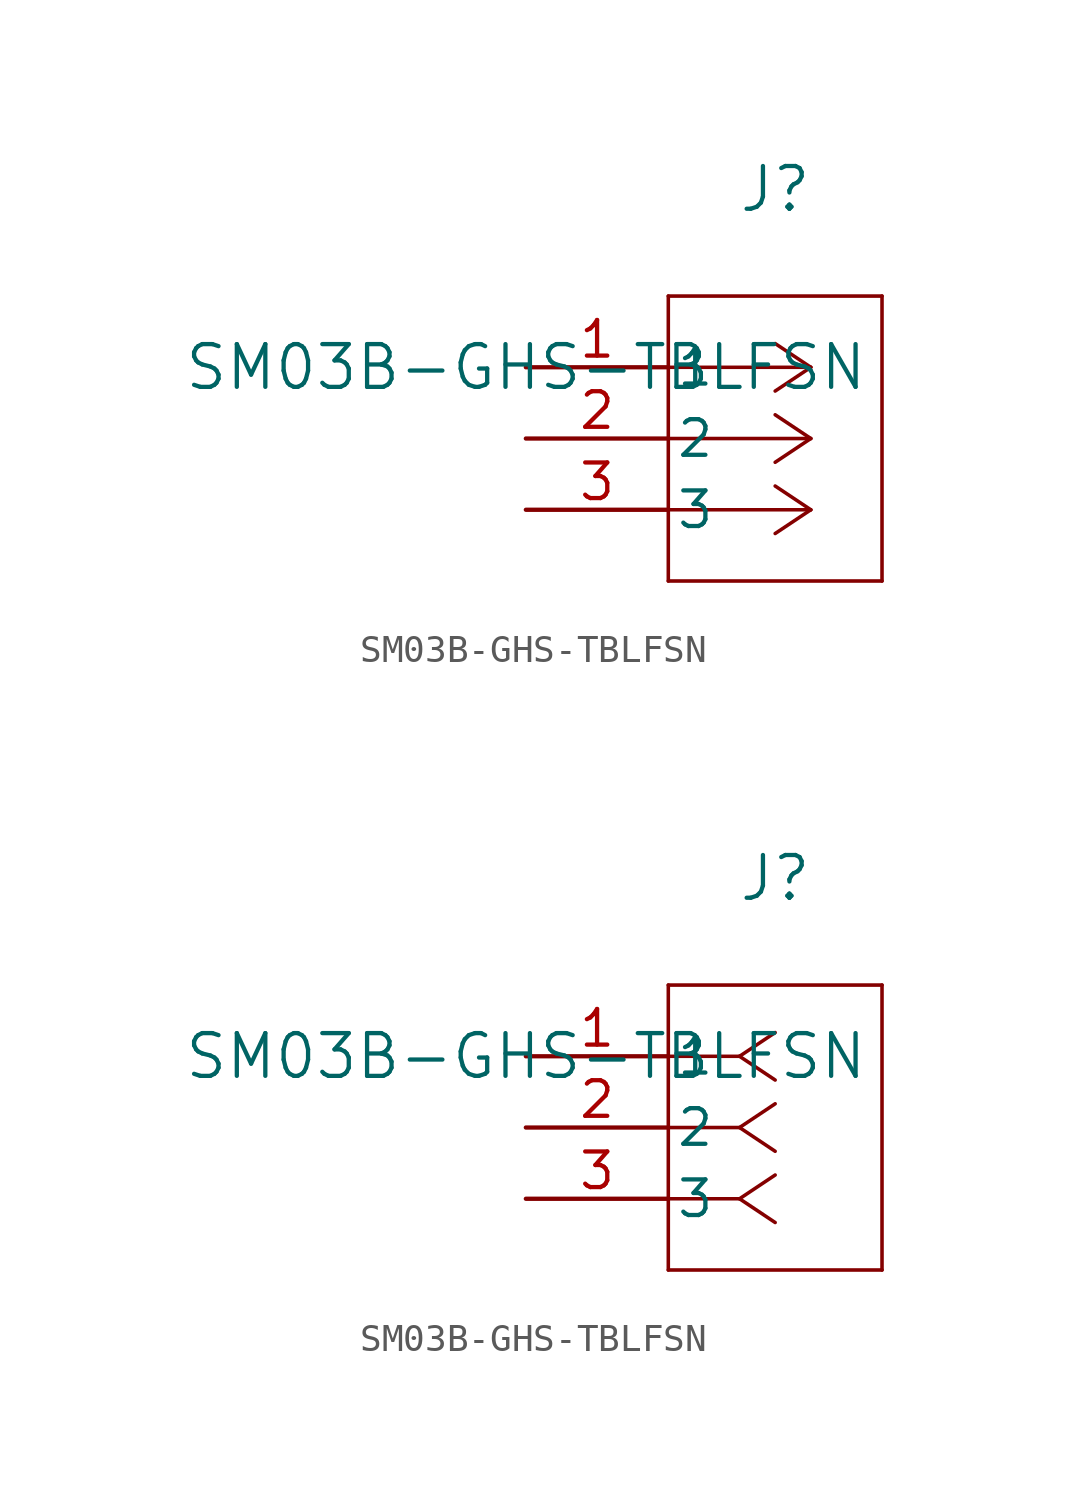
<source format=kicad_sym>
(kicad_symbol_lib
  (version 20211014)
  (generator kicad_symbol_editor)
  (symbol "SM03B-GHS-TBLFSN"
    (pin_names
      (offset 0.254))
    (property "Reference" "J"
      (at 8.89 6.35 0)
      (effects (font (size 1.524 1.524))))
    (property "Value" "SM03B-GHS-TBLFSN"
      (at 0 0 0)
      (effects (font (size 1.524 1.524))))
    (symbol "SM03B-GHS-TBLFSN_1_1"
      (polyline (pts (xy 10.16 0) (xy 5.08 0)) (stroke (width 0.127) (type default) (color 0 0 0 0)) (fill (type none)))
      (polyline (pts (xy 10.16 -2.54) (xy 5.08 -2.54)) (stroke (width 0.127) (type default) (color 0 0 0 0)) (fill (type none)))
      (polyline (pts (xy 10.16 -5.08) (xy 5.08 -5.08)) (stroke (width 0.127) (type default) (color 0 0 0 0)) (fill (type none)))
      (polyline (pts (xy 10.16 0) (xy 8.89 0.847)) (stroke (width 0.127) (type default) (color 0 0 0 0)) (fill (type none)))
      (polyline (pts (xy 10.16 -2.54) (xy 8.89 -1.693)) (stroke (width 0.127) (type default) (color 0 0 0 0)) (fill (type none)))
      (polyline (pts (xy 10.16 -5.08) (xy 8.89 -4.233)) (stroke (width 0.127) (type default) (color 0 0 0 0)) (fill (type none)))
      (polyline (pts (xy 10.16 0) (xy 8.89 -0.847)) (stroke (width 0.127) (type default) (color 0 0 0 0)) (fill (type none)))
      (polyline (pts (xy 10.16 -2.54) (xy 8.89 -3.387)) (stroke (width 0.127) (type default) (color 0 0 0 0)) (fill (type none)))
      (polyline (pts (xy 10.16 -5.08) (xy 8.89 -5.927)) (stroke (width 0.127) (type default) (color 0 0 0 0)) (fill (type none)))
      (polyline (pts (xy 5.08 2.54) (xy 5.08 -7.62)) (stroke (width 0.127) (type default) (color 0 0 0 0)) (fill (type none)))
      (polyline (pts (xy 5.08 -7.62) (xy 12.7 -7.62)) (stroke (width 0.127) (type default) (color 0 0 0 0)) (fill (type none)))
      (polyline (pts (xy 12.7 -7.62) (xy 12.7 2.54)) (stroke (width 0.127) (type default) (color 0 0 0 0)) (fill (type none)))
      (polyline (pts (xy 12.7 2.54) (xy 5.08 2.54)) (stroke (width 0.127) (type default) (color 0 0 0 0)) (fill (type none)))
      (pin unspecified line (at 0 0 0) (length 5.08) (name "1" (effects (font (size 1.27 1.27)))) (number "1" (effects (font (size 1.27 1.27)))))
      (pin unspecified line (at 0 -2.54 0) (length 5.08) (name "2" (effects (font (size 1.27 1.27)))) (number "2" (effects (font (size 1.27 1.27)))))
      (pin unspecified line (at 0 -5.08 0) (length 5.08) (name "3" (effects (font (size 1.27 1.27)))) (number "3" (effects (font (size 1.27 1.27))))))
    (symbol "SM03B-GHS-TBLFSN_1_2"
      (polyline (pts (xy 7.62 0) (xy 5.08 0)) (stroke (width 0.127) (type default) (color 0 0 0 0)) (fill (type none)))
      (polyline (pts (xy 7.62 -2.54) (xy 5.08 -2.54)) (stroke (width 0.127) (type default) (color 0 0 0 0)) (fill (type none)))
      (polyline (pts (xy 7.62 -5.08) (xy 5.08 -5.08)) (stroke (width 0.127) (type default) (color 0 0 0 0)) (fill (type none)))
      (polyline (pts (xy 7.62 0) (xy 8.89 0.847)) (stroke (width 0.127) (type default) (color 0 0 0 0)) (fill (type none)))
      (polyline (pts (xy 7.62 -2.54) (xy 8.89 -1.693)) (stroke (width 0.127) (type default) (color 0 0 0 0)) (fill (type none)))
      (polyline (pts (xy 7.62 -5.08) (xy 8.89 -4.233)) (stroke (width 0.127) (type default) (color 0 0 0 0)) (fill (type none)))
      (polyline (pts (xy 7.62 0) (xy 8.89 -0.847)) (stroke (width 0.127) (type default) (color 0 0 0 0)) (fill (type none)))
      (polyline (pts (xy 7.62 -2.54) (xy 8.89 -3.387)) (stroke (width 0.127) (type default) (color 0 0 0 0)) (fill (type none)))
      (polyline (pts (xy 7.62 -5.08) (xy 8.89 -5.927)) (stroke (width 0.127) (type default) (color 0 0 0 0)) (fill (type none)))
      (polyline (pts (xy 5.08 2.54) (xy 5.08 -7.62)) (stroke (width 0.127) (type default) (color 0 0 0 0)) (fill (type none)))
      (polyline (pts (xy 5.08 -7.62) (xy 12.7 -7.62)) (stroke (width 0.127) (type default) (color 0 0 0 0)) (fill (type none)))
      (polyline (pts (xy 12.7 -7.62) (xy 12.7 2.54)) (stroke (width 0.127) (type default) (color 0 0 0 0)) (fill (type none)))
      (polyline (pts (xy 12.7 2.54) (xy 5.08 2.54)) (stroke (width 0.127) (type default) (color 0 0 0 0)) (fill (type none)))
      (pin unspecified line (at 0 0 0) (length 5.08) (name "1" (effects (font (size 1.27 1.27)))) (number "1" (effects (font (size 1.27 1.27)))))
      (pin unspecified line (at 0 -2.54 0) (length 5.08) (name "2" (effects (font (size 1.27 1.27)))) (number "2" (effects (font (size 1.27 1.27)))))
      (pin unspecified line (at 0 -5.08 0) (length 5.08) (name "3" (effects (font (size 1.27 1.27)))) (number "3" (effects (font (size 1.27 1.27))))))))
</source>
